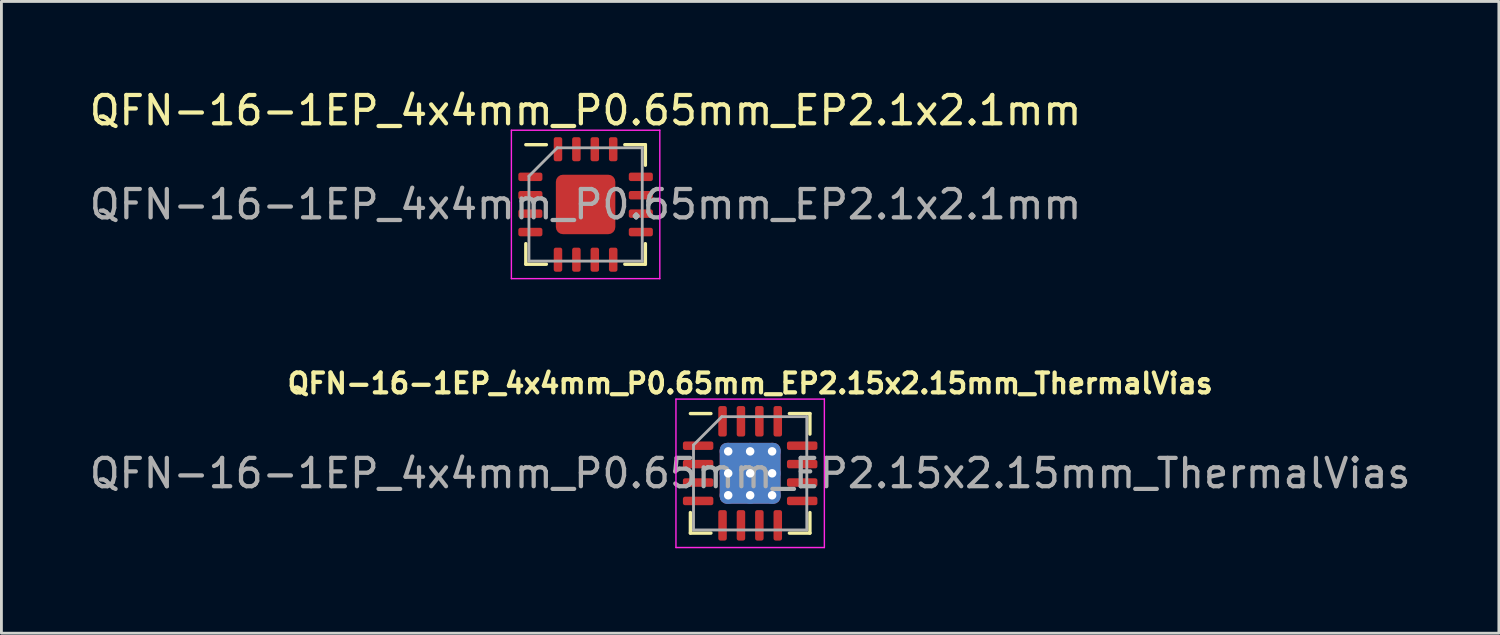
<source format=kicad_pcb>
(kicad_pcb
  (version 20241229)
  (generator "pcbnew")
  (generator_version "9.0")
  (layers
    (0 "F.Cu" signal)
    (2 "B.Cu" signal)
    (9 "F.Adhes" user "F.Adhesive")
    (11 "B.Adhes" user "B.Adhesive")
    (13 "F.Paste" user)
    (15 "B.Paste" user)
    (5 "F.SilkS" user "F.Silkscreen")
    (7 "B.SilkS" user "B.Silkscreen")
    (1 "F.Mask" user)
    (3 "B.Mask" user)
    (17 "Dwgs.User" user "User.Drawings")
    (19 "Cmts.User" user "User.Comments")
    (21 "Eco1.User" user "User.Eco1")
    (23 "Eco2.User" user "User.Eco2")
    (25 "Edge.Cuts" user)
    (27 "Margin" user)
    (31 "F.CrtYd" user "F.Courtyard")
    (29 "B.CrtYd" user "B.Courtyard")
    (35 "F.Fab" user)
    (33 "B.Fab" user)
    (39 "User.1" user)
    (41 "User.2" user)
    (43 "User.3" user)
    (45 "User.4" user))
  (footprint "QFN-16-1EP_4x4mm_P0.65mm_EP2.1x2.1mm"
    (layer "F.Cu")
    (at 17.625 4.168)
    (property "Reference" "QFN-16-1EP_4x4mm_P0.65mm_EP2.1x2.1mm" (at 0 -3.32 0) (layer "F.SilkS") (effects (font (size 1 1) (thickness 0.15))))
    (attr smd)
    (fp_line (start -2.11 2.11) (end -2.11 1.385) (stroke (width 0.12) (type solid)) (layer "F.SilkS"))
    (fp_line (start -1.385 -2.11) (end -2.11 -2.11) (stroke (width 0.12) (type solid)) (layer "F.SilkS"))
    (fp_line (start -1.385 2.11) (end -2.11 2.11) (stroke (width 0.12) (type solid)) (layer "F.SilkS"))
    (fp_line (start 1.385 -2.11) (end 2.11 -2.11) (stroke (width 0.12) (type solid)) (layer "F.SilkS"))
    (fp_line (start 1.385 2.11) (end 2.11 2.11) (stroke (width 0.12) (type solid)) (layer "F.SilkS"))
    (fp_line (start 2.11 -2.11) (end 2.11 -1.385) (stroke (width 0.12) (type solid)) (layer "F.SilkS"))
    (fp_line (start 2.11 2.11) (end 2.11 1.385) (stroke (width 0.12) (type solid)) (layer "F.SilkS"))
    (fp_line (start -2.62 -2.62) (end -2.62 2.62) (stroke (width 0.05) (type solid)) (layer "F.CrtYd"))
    (fp_line (start -2.62 2.62) (end 2.62 2.62) (stroke (width 0.05) (type solid)) (layer "F.CrtYd"))
    (fp_line (start 2.62 -2.62) (end -2.62 -2.62) (stroke (width 0.05) (type solid)) (layer "F.CrtYd"))
    (fp_line (start 2.62 2.62) (end 2.62 -2.62) (stroke (width 0.05) (type solid)) (layer "F.CrtYd"))
    (fp_line (start -2 -1) (end -1 -2) (stroke (width 0.1) (type solid)) (layer "F.Fab"))
    (fp_line (start -2 2) (end -2 -1) (stroke (width 0.1) (type solid)) (layer "F.Fab"))
    (fp_line (start -1 -2) (end 2 -2) (stroke (width 0.1) (type solid)) (layer "F.Fab"))
    (fp_line (start 2 -2) (end 2 2) (stroke (width 0.1) (type solid)) (layer "F.Fab"))
    (fp_line (start 2 2) (end -2 2) (stroke (width 0.1) (type solid)) (layer "F.Fab"))
    (fp_text user "${REFERENCE}" (at 0 0 0) (layer "F.Fab") (effects (font (size 1 1) (thickness 0.15))))
    (pad "" smd roundrect (at -0.525 -0.525) (size 0.85 0.85) (layers "F.Paste") (roundrect_rratio 0.25))
    (pad "" smd roundrect (at -0.525 0.525) (size 0.85 0.85) (layers "F.Paste") (roundrect_rratio 0.25))
    (pad "" smd roundrect (at 0.525 -0.525) (size 0.85 0.85) (layers "F.Paste") (roundrect_rratio 0.25))
    (pad "" smd roundrect (at 0.525 0.525) (size 0.85 0.85) (layers "F.Paste") (roundrect_rratio 0.25))
    (pad "1" smd roundrect (at -1.95 -0.975) (size 0.85 0.3) (layers "F.Cu" "F.Mask" "F.Paste") (roundrect_rratio 0.25))
    (pad "2" smd roundrect (at -1.95 -0.325) (size 0.85 0.3) (layers "F.Cu" "F.Mask" "F.Paste") (roundrect_rratio 0.25))
    (pad "3" smd roundrect (at -1.95 0.325) (size 0.85 0.3) (layers "F.Cu" "F.Mask" "F.Paste") (roundrect_rratio 0.25))
    (pad "4" smd roundrect (at -1.95 0.975) (size 0.85 0.3) (layers "F.Cu" "F.Mask" "F.Paste") (roundrect_rratio 0.25))
    (pad "5" smd roundrect (at -0.975 1.95) (size 0.3 0.85) (layers "F.Cu" "F.Mask" "F.Paste") (roundrect_rratio 0.25))
    (pad "6" smd roundrect (at -0.325 1.95) (size 0.3 0.85) (layers "F.Cu" "F.Mask" "F.Paste") (roundrect_rratio 0.25))
    (pad "7" smd roundrect (at 0.325 1.95) (size 0.3 0.85) (layers "F.Cu" "F.Mask" "F.Paste") (roundrect_rratio 0.25))
    (pad "8" smd roundrect (at 0.975 1.95) (size 0.3 0.85) (layers "F.Cu" "F.Mask" "F.Paste") (roundrect_rratio 0.25))
    (pad "9" smd roundrect (at 1.95 0.975) (size 0.85 0.3) (layers "F.Cu" "F.Mask" "F.Paste") (roundrect_rratio 0.25))
    (pad "10" smd roundrect (at 1.95 0.325) (size 0.85 0.3) (layers "F.Cu" "F.Mask" "F.Paste") (roundrect_rratio 0.25))
    (pad "11" smd roundrect (at 1.95 -0.325) (size 0.85 0.3) (layers "F.Cu" "F.Mask" "F.Paste") (roundrect_rratio 0.25))
    (pad "12" smd roundrect (at 1.95 -0.975) (size 0.85 0.3) (layers "F.Cu" "F.Mask" "F.Paste") (roundrect_rratio 0.25))
    (pad "13" smd roundrect (at 0.975 -1.95) (size 0.3 0.85) (layers "F.Cu" "F.Mask" "F.Paste") (roundrect_rratio 0.25))
    (pad "14" smd roundrect (at 0.325 -1.95) (size 0.3 0.85) (layers "F.Cu" "F.Mask" "F.Paste") (roundrect_rratio 0.25))
    (pad "15" smd roundrect (at -0.325 -1.95) (size 0.3 0.85) (layers "F.Cu" "F.Mask" "F.Paste") (roundrect_rratio 0.25))
    (pad "16" smd roundrect (at -0.975 -1.95) (size 0.3 0.85) (layers "F.Cu" "F.Mask" "F.Paste") (roundrect_rratio 0.25))
    (pad "17" smd roundrect (at 0 0) (size 2.1 2.1) (layers "F.Cu" "F.Mask") (roundrect_rratio 0.119)))
  (footprint "QFN-16-1EP_4x4mm_P0.65mm_EP2.15x2.15mm_ThermalVias"
    (layer "F.Cu")
    (at 23.435 13.661)
    (property "Reference" "QFN-16-1EP_4x4mm_P0.65mm_EP2.15x2.15mm_ThermalVias" (at 0 -3.175 0) (layer "F.SilkS") (effects (font (size 0.7 0.7) (thickness 0.15))))
    (attr smd)
    (fp_line (start -2.11 2.11) (end -2.11 1.385) (stroke (width 0.12) (type solid)) (layer "F.SilkS"))
    (fp_line (start -1.385 -2.11) (end -2.11 -2.11) (stroke (width 0.12) (type solid)) (layer "F.SilkS"))
    (fp_line (start -1.385 2.11) (end -2.11 2.11) (stroke (width 0.12) (type solid)) (layer "F.SilkS"))
    (fp_line (start 1.385 -2.11) (end 2.11 -2.11) (stroke (width 0.12) (type solid)) (layer "F.SilkS"))
    (fp_line (start 1.385 2.11) (end 2.11 2.11) (stroke (width 0.12) (type solid)) (layer "F.SilkS"))
    (fp_line (start 2.11 -2.11) (end 2.11 -1.385) (stroke (width 0.12) (type solid)) (layer "F.SilkS"))
    (fp_line (start 2.11 2.11) (end 2.11 1.385) (stroke (width 0.12) (type solid)) (layer "F.SilkS"))
    (fp_line (start -2.62 -2.62) (end -2.62 2.62) (stroke (width 0.05) (type solid)) (layer "F.CrtYd"))
    (fp_line (start -2.62 2.62) (end 2.62 2.62) (stroke (width 0.05) (type solid)) (layer "F.CrtYd"))
    (fp_line (start 2.62 -2.62) (end -2.62 -2.62) (stroke (width 0.05) (type solid)) (layer "F.CrtYd"))
    (fp_line (start 2.62 2.62) (end 2.62 -2.62) (stroke (width 0.05) (type solid)) (layer "F.CrtYd"))
    (fp_line (start -2 -1) (end -1 -2) (stroke (width 0.1) (type solid)) (layer "F.Fab"))
    (fp_line (start -2 2) (end -2 -1) (stroke (width 0.1) (type solid)) (layer "F.Fab"))
    (fp_line (start -1 -2) (end 2 -2) (stroke (width 0.1) (type solid)) (layer "F.Fab"))
    (fp_line (start 2 -2) (end 2 2) (stroke (width 0.1) (type solid)) (layer "F.Fab"))
    (fp_line (start 2 2) (end -2 2) (stroke (width 0.1) (type solid)) (layer "F.Fab"))
    (fp_text user "${REFERENCE}" (at 0 0 0) (layer "F.Fab") (effects (font (size 1 1) (thickness 0.15))))
    (pad "" smd roundrect (at -0.54 -0.54) (size 0.93 0.93) (layers "F.Paste") (roundrect_rratio 0.25))
    (pad "" smd roundrect (at -0.54 0.54) (size 0.93 0.93) (layers "F.Paste") (roundrect_rratio 0.25))
    (pad "" smd roundrect (at 0.54 -0.54) (size 0.93 0.93) (layers "F.Paste") (roundrect_rratio 0.25))
    (pad "" smd roundrect (at 0.54 0.54) (size 0.93 0.93) (layers "F.Paste") (roundrect_rratio 0.25))
    (pad "1" smd roundrect (at -1.837 -0.975) (size 1.075 0.3) (layers "F.Cu" "F.Mask" "F.Paste") (roundrect_rratio 0.25))
    (pad "2" smd roundrect (at -1.837 -0.325) (size 1.075 0.3) (layers "F.Cu" "F.Mask" "F.Paste") (roundrect_rratio 0.25))
    (pad "3" smd roundrect (at -1.837 0.325) (size 1.075 0.3) (layers "F.Cu" "F.Mask" "F.Paste") (roundrect_rratio 0.25))
    (pad "4" smd roundrect (at -1.837 0.975) (size 1.075 0.3) (layers "F.Cu" "F.Mask" "F.Paste") (roundrect_rratio 0.25))
    (pad "5" smd roundrect (at -0.975 1.837) (size 0.3 1.075) (layers "F.Cu" "F.Mask" "F.Paste") (roundrect_rratio 0.25))
    (pad "6" smd roundrect (at -0.325 1.837) (size 0.3 1.075) (layers "F.Cu" "F.Mask" "F.Paste") (roundrect_rratio 0.25))
    (pad "7" smd roundrect (at 0.325 1.837) (size 0.3 1.075) (layers "F.Cu" "F.Mask" "F.Paste") (roundrect_rratio 0.25))
    (pad "8" smd roundrect (at 0.975 1.837) (size 0.3 1.075) (layers "F.Cu" "F.Mask" "F.Paste") (roundrect_rratio 0.25))
    (pad "9" smd roundrect (at 1.837 0.975) (size 1.075 0.3) (layers "F.Cu" "F.Mask" "F.Paste") (roundrect_rratio 0.25))
    (pad "10" smd roundrect (at 1.837 0.325) (size 1.075 0.3) (layers "F.Cu" "F.Mask" "F.Paste") (roundrect_rratio 0.25))
    (pad "11" smd roundrect (at 1.837 -0.325) (size 1.075 0.3) (layers "F.Cu" "F.Mask" "F.Paste") (roundrect_rratio 0.25))
    (pad "12" smd roundrect (at 1.837 -0.975) (size 1.075 0.3) (layers "F.Cu" "F.Mask" "F.Paste") (roundrect_rratio 0.25))
    (pad "13" smd roundrect (at 0.975 -1.837) (size 0.3 1.075) (layers "F.Cu" "F.Mask" "F.Paste") (roundrect_rratio 0.25))
    (pad "14" smd roundrect (at 0.325 -1.837) (size 0.3 1.075) (layers "F.Cu" "F.Mask" "F.Paste") (roundrect_rratio 0.25))
    (pad "15" smd roundrect (at -0.325 -1.837) (size 0.3 1.075) (layers "F.Cu" "F.Mask" "F.Paste") (roundrect_rratio 0.25))
    (pad "16" smd roundrect (at -0.975 -1.837) (size 0.3 1.075) (layers "F.Cu" "F.Mask" "F.Paste") (roundrect_rratio 0.25))
    (pad "17" thru_hole circle (at -0.775 -0.775) (size 0.6 0.6) (drill 0.3) (layers "*.Cu"))
    (pad "17" thru_hole circle (at -0.775 0) (size 0.6 0.6) (drill 0.3) (layers "*.Cu"))
    (pad "17" thru_hole circle (at -0.775 0.775) (size 0.6 0.6) (drill 0.3) (layers "*.Cu"))
    (pad "17" thru_hole circle (at 0 -0.775) (size 0.6 0.6) (drill 0.3) (layers "*.Cu"))
    (pad "17" thru_hole circle (at 0 0) (size 0.6 0.6) (drill 0.3) (layers "*.Cu"))
    (pad "17" smd roundrect (at 0 0) (size 2.15 2.15) (layers "F.Cu" "F.Mask") (roundrect_rratio 0.116))
    (pad "17" smd roundrect (at 0 0) (size 2.15 2.15) (layers "B.Cu") (roundrect_rratio 0.116))
    (pad "17" thru_hole circle (at 0 0.775) (size 0.6 0.6) (drill 0.3) (layers "*.Cu"))
    (pad "17" thru_hole circle (at 0.775 -0.775) (size 0.6 0.6) (drill 0.3) (layers "*.Cu"))
    (pad "17" thru_hole circle (at 0.775 0) (size 0.6 0.6) (drill 0.3) (layers "*.Cu"))
    (pad "17" thru_hole circle (at 0.775 0.775) (size 0.6 0.6) (drill 0.3) (layers "*.Cu")))
  (gr_rect
    (start -3 -3)
    (end 49.869 19.306)
    (stroke (width 0.1) (type default))
    (fill no)
    (layer "Edge.Cuts")))
</source>
